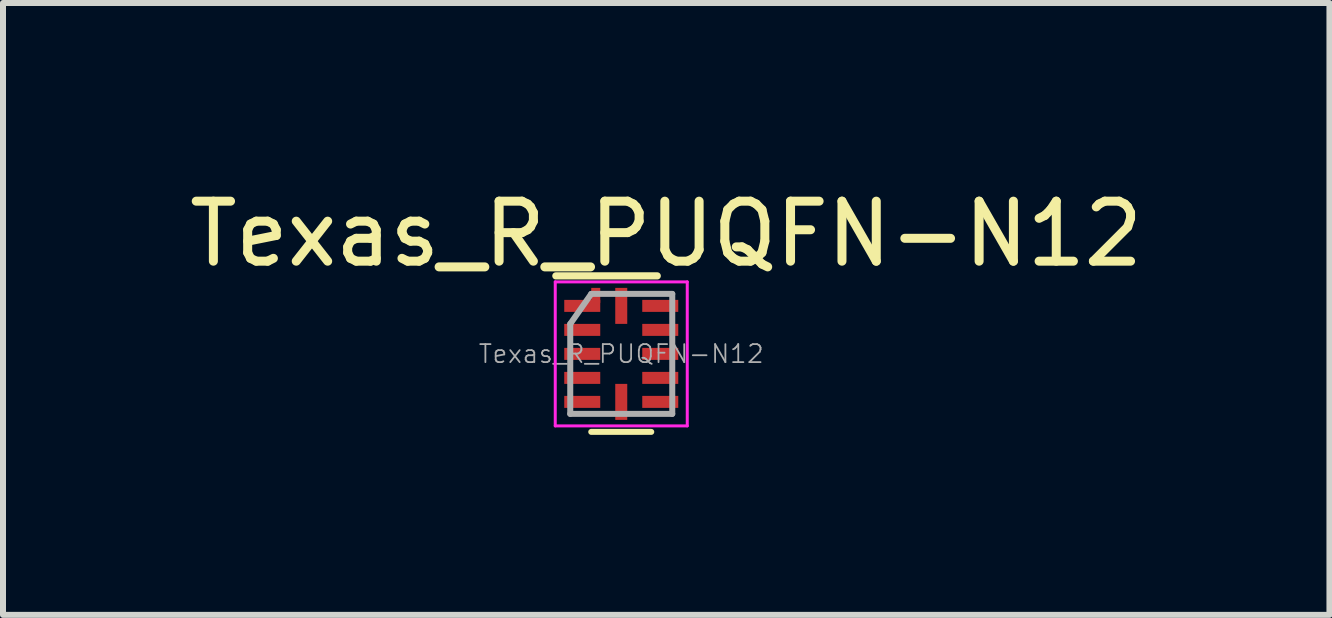
<source format=kicad_pcb>
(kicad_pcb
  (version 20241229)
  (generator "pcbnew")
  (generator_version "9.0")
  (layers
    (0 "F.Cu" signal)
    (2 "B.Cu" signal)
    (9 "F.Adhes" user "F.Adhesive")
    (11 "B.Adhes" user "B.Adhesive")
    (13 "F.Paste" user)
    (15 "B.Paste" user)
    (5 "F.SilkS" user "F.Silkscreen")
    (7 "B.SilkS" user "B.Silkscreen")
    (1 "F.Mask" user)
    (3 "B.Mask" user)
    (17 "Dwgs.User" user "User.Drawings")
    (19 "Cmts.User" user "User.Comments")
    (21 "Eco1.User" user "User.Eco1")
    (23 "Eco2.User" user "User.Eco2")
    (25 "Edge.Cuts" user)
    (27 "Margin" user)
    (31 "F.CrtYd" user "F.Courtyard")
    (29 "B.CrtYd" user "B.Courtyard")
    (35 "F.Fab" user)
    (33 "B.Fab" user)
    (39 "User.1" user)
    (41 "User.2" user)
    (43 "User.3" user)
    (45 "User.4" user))
  (footprint "Texas_R_PUQFN-N12"
    (layer "F.Cu")
    (at 7.304 2.848)
    (property "Reference" "Texas_R_PUQFN-N12" (at 0.75 -2 0) (layer "F.SilkS") (effects (font (size 1 1) (thickness 0.15))))
    (attr smd)
    (fp_line (start 0.5 1.3) (end -0.5 1.3) (stroke (width 0.1) (type solid)) (layer "F.SilkS"))
    (fp_line (start 0.6 -1.3) (end -1.09 -1.3) (stroke (width 0.12) (type solid)) (layer "F.SilkS"))
    (fp_line (start -1.1 -1.2) (end 1.1 -1.2) (stroke (width 0.05) (type solid)) (layer "F.CrtYd"))
    (fp_line (start -1.1 1.2) (end -1.1 -1.2) (stroke (width 0.05) (type solid)) (layer "F.CrtYd"))
    (fp_line (start 1.1 -1.2) (end 1.1 1.2) (stroke (width 0.05) (type solid)) (layer "F.CrtYd"))
    (fp_line (start 1.1 1.2) (end -1.1 1.2) (stroke (width 0.05) (type solid)) (layer "F.CrtYd"))
    (fp_line (start -0.85 1) (end -0.85 -0.5) (stroke (width 0.1) (type solid)) (layer "F.Fab"))
    (fp_line (start -0.5 -1) (end -0.85 -0.5) (stroke (width 0.1) (type solid)) (layer "F.Fab"))
    (fp_line (start -0.5 -1) (end 0.85 -1) (stroke (width 0.1) (type solid)) (layer "F.Fab"))
    (fp_line (start 0.85 -1) (end 0.85 1) (stroke (width 0.1) (type solid)) (layer "F.Fab"))
    (fp_line (start 0.85 1) (end -0.85 1) (stroke (width 0.1) (type solid)) (layer "F.Fab"))
    (fp_text user "${REFERENCE}" (at 0 0 0) (layer "F.Fab") (effects (font (size 0.3 0.3) (thickness 0.03))))
    (pad "1" smd rect (at -0.65 -0.8 270) (size 0.2 0.6) (layers "F.Cu" "F.Mask" "F.Paste"))
    (pad "1" smd rect (at -0.425 -0.975) (size 0.15 0.25) (layers "F.Cu" "F.Mask" "F.Paste"))
    (pad "2" smd rect (at -0.65 -0.4 270) (size 0.2 0.6) (layers "F.Cu" "F.Mask" "F.Paste"))
    (pad "3" smd rect (at -0.65 0 270) (size 0.2 0.6) (layers "F.Cu" "F.Mask" "F.Paste"))
    (pad "4" smd rect (at -0.65 0.4 270) (size 0.2 0.6) (layers "F.Cu" "F.Mask" "F.Paste"))
    (pad "5" smd rect (at -0.65 0.8 270) (size 0.2 0.6) (layers "F.Cu" "F.Mask" "F.Paste"))
    (pad "6" smd rect (at 0 0.8 270) (size 0.6 0.2) (layers "F.Cu" "F.Mask" "F.Paste"))
    (pad "7" smd rect (at 0.65 0.8 270) (size 0.2 0.6) (layers "F.Cu" "F.Mask" "F.Paste"))
    (pad "8" smd rect (at 0.65 0.4 270) (size 0.2 0.6) (layers "F.Cu" "F.Mask" "F.Paste"))
    (pad "9" smd rect (at 0.65 0 270) (size 0.2 0.6) (layers "F.Cu" "F.Mask" "F.Paste"))
    (pad "10" smd rect (at 0.65 -0.4 270) (size 0.2 0.6) (layers "F.Cu" "F.Mask" "F.Paste"))
    (pad "11" smd rect (at 0.65 -0.8 270) (size 0.2 0.6) (layers "F.Cu" "F.Mask" "F.Paste"))
    (pad "12" smd rect (at 0 -0.8 270) (size 0.6 0.2) (layers "F.Cu" "F.Mask" "F.Paste")))
  (gr_rect
    (start -3 -3)
    (end 19.107 7.198)
    (stroke (width 0.1) (type default))
    (fill no)
    (layer "Edge.Cuts")))
</source>
